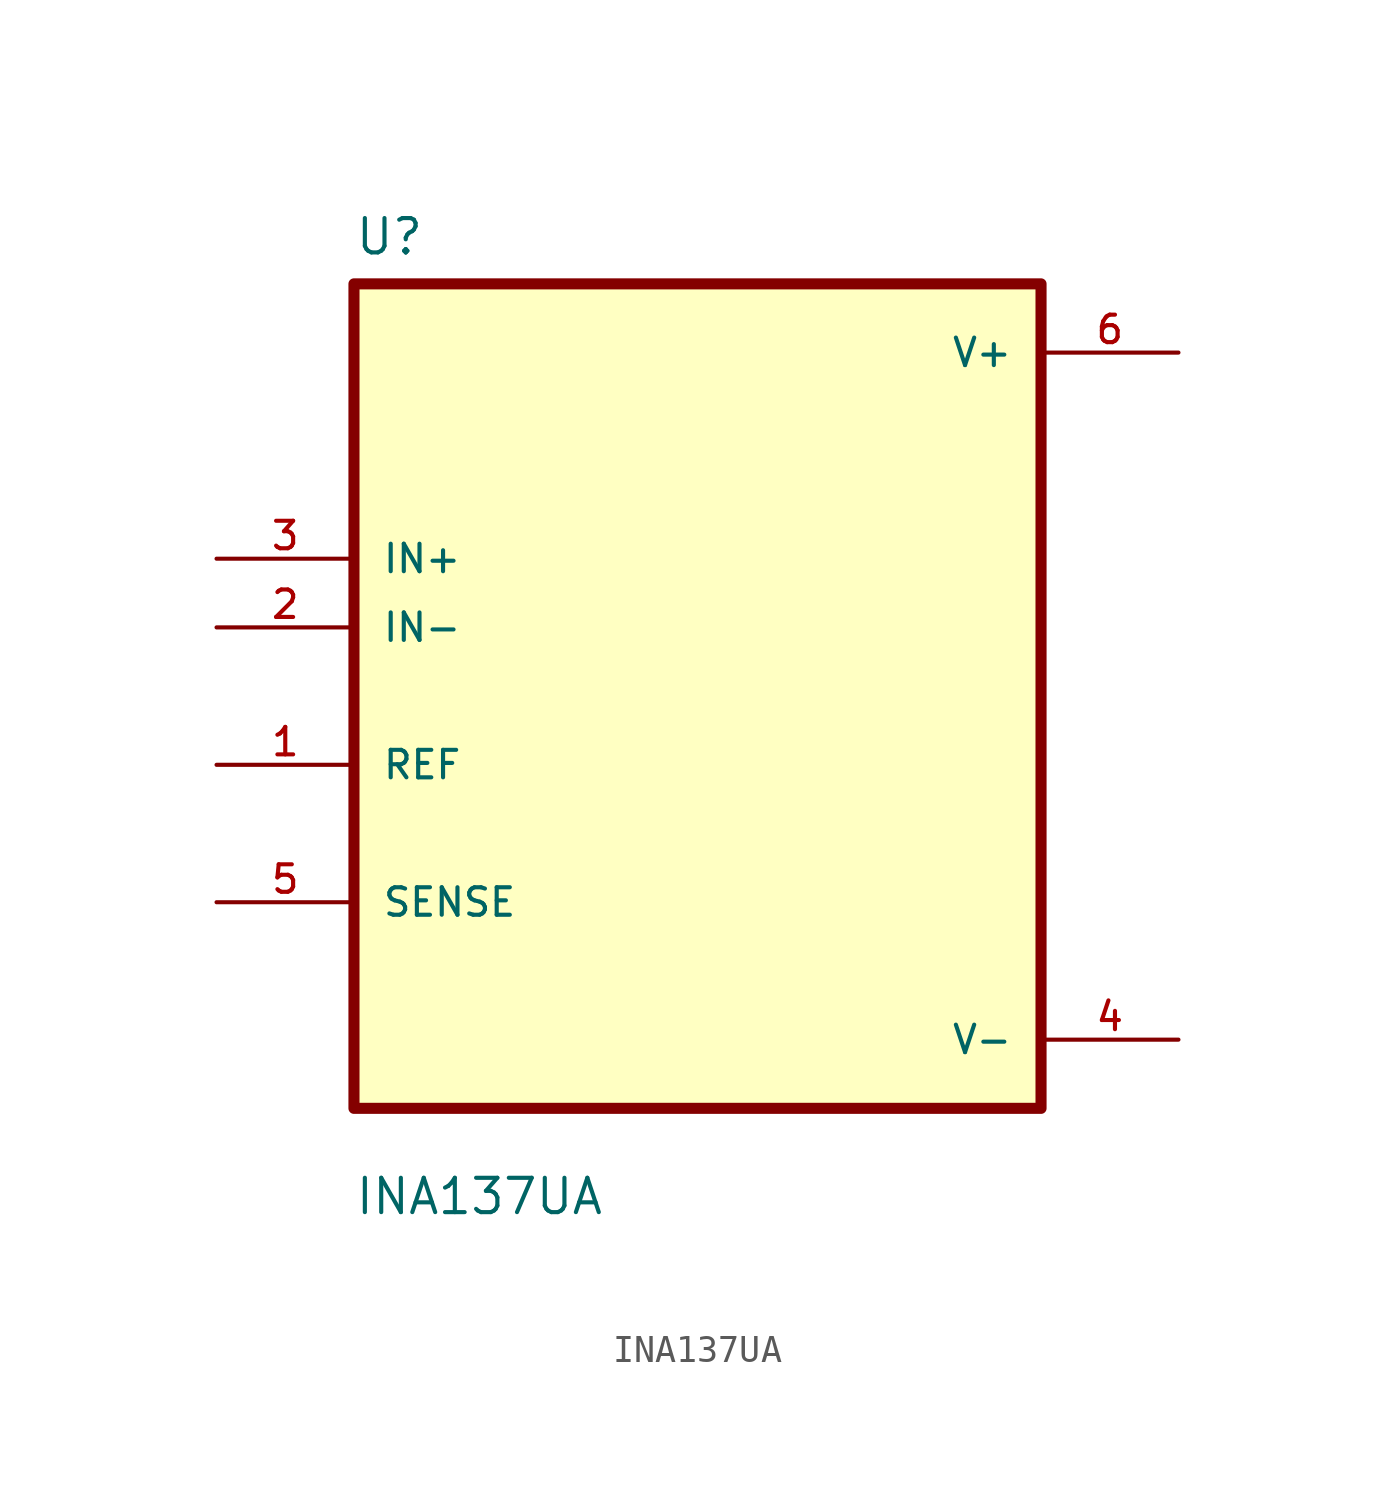
<source format=kicad_sym>
(kicad_symbol_lib
  (version 20211014)
  (generator kicad_symbol_editor)
  (symbol "INA137UA"
    (pin_names
      (offset 1.016))
    (property "Reference" "U"
      (at -12.7 16.24 0.0)
      (effects (font (size 1.27 1.27)) (justify bottom left)))
    (property "Value" "INA137UA"
      (at -12.7 -19.24 0.0)
      (effects (font (size 1.27 1.27)) (justify bottom left)))
    (symbol "INA137UA_0_0"
      (rectangle (start -12.7 -15.24) (end 12.7 15.24) (stroke (width 0.41)) (fill (type background)))
      (pin bidirectional line (at -17.78 5.08 0) (length 5.08) (name "IN+" (effects (font (size 1.016 1.016)))) (number "3" (effects (font (size 1.016 1.016)))))
      (pin bidirectional line (at -17.78 2.54 0) (length 5.08) (name "IN-" (effects (font (size 1.016 1.016)))) (number "2" (effects (font (size 1.016 1.016)))))
      (pin bidirectional line (at -17.78 -2.54 0) (length 5.08) (name "REF" (effects (font (size 1.016 1.016)))) (number "1" (effects (font (size 1.016 1.016)))))
      (pin bidirectional line (at -17.78 -7.62 0) (length 5.08) (name "SENSE" (effects (font (size 1.016 1.016)))) (number "5" (effects (font (size 1.016 1.016)))))
      (pin power_in line (at 17.78 12.7 180.0) (length 5.08) (name "V+" (effects (font (size 1.016 1.016)))) (number "6" (effects (font (size 1.016 1.016)))))
      (pin power_in line (at 17.78 -12.7 180.0) (length 5.08) (name "V-" (effects (font (size 1.016 1.016)))) (number "4" (effects (font (size 1.016 1.016))))))))
</source>
